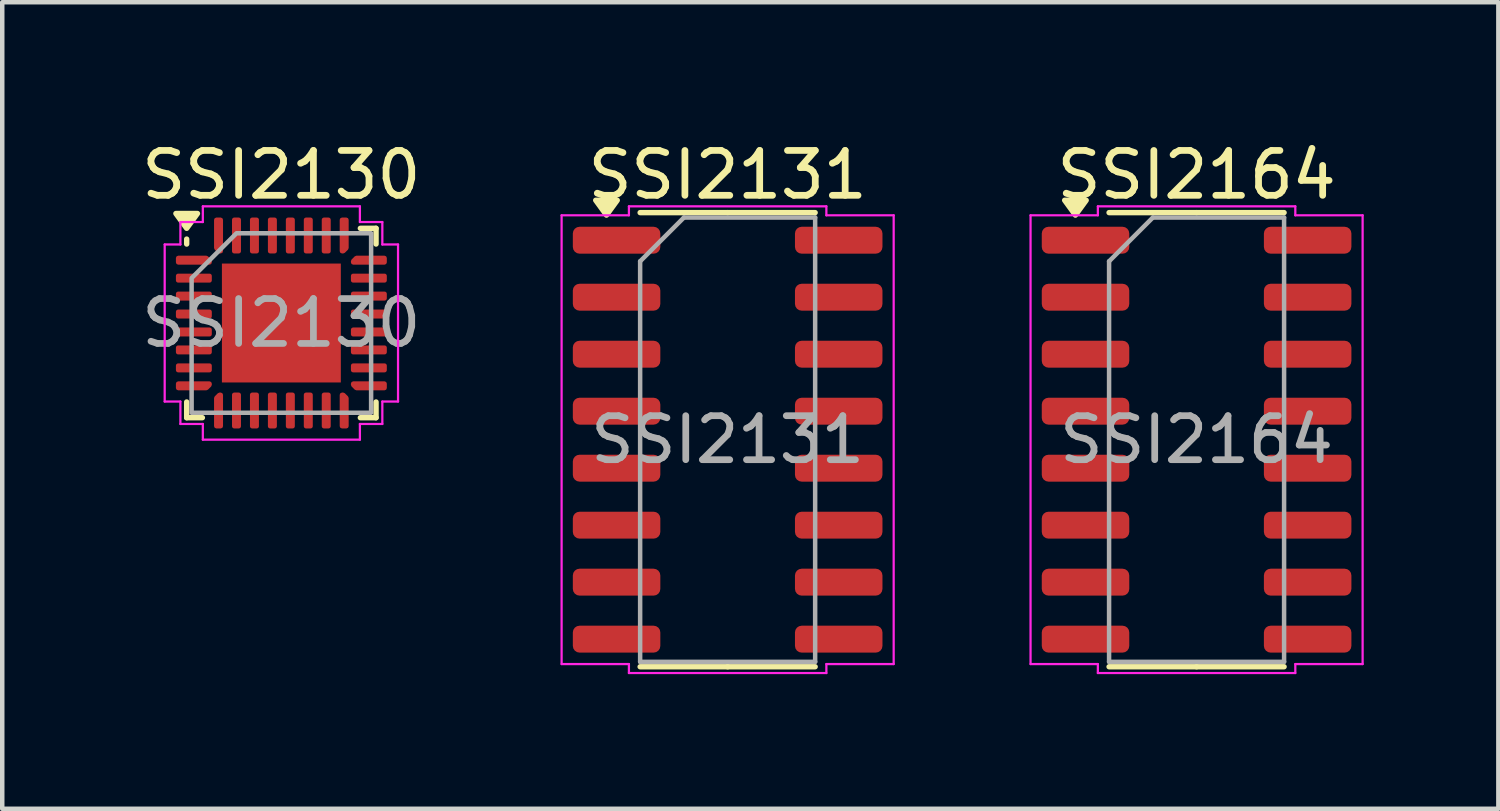
<source format=kicad_pcb>
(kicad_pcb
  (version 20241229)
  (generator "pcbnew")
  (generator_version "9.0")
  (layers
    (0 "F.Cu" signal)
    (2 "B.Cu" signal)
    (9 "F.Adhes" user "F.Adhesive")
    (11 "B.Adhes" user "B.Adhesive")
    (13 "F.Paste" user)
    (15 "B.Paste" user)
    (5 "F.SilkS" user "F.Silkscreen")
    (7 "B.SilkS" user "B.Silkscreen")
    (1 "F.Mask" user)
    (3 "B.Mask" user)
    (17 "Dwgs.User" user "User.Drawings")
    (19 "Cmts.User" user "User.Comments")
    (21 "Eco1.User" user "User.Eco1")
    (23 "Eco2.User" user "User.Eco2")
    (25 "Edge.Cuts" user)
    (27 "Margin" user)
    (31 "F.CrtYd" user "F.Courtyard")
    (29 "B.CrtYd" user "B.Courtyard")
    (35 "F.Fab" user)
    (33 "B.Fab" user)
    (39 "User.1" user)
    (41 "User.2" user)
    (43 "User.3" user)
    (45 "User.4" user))
  (footprint "SSI2164"
    (layer "F.Cu")
    (at 23.615 6.748)
    (property "Reference" "SSI2164" (at 0 -5.9 0) (layer "F.SilkS") (effects (font (size 1 1) (thickness 0.15))))
    (attr smd)
    (fp_line (start 0 -5.06) (end -1.95 -5.06) (stroke (width 0.12) (type solid)) (layer "F.SilkS"))
    (fp_line (start 0 -5.06) (end 1.95 -5.06) (stroke (width 0.12) (type solid)) (layer "F.SilkS"))
    (fp_line (start 0 5.06) (end -1.95 5.06) (stroke (width 0.12) (type solid)) (layer "F.SilkS"))
    (fp_line (start 0 5.06) (end 1.95 5.06) (stroke (width 0.12) (type solid)) (layer "F.SilkS"))
    (fp_poly (pts (xy -2.7 -5.005) (xy -2.94 -5.335) (xy -2.46 -5.335)) (stroke (width 0.12) (type solid)) (fill yes) (layer "F.SilkS"))
    (fp_line (start -3.7 -5) (end -2.2 -5) (stroke (width 0.05) (type solid)) (layer "F.CrtYd"))
    (fp_line (start -3.7 5) (end -3.7 -5) (stroke (width 0.05) (type solid)) (layer "F.CrtYd"))
    (fp_line (start -2.2 -5.2) (end 2.2 -5.2) (stroke (width 0.05) (type solid)) (layer "F.CrtYd"))
    (fp_line (start -2.2 -5) (end -2.2 -5.2) (stroke (width 0.05) (type solid)) (layer "F.CrtYd"))
    (fp_line (start -2.2 5) (end -3.7 5) (stroke (width 0.05) (type solid)) (layer "F.CrtYd"))
    (fp_line (start -2.2 5.2) (end -2.2 5) (stroke (width 0.05) (type solid)) (layer "F.CrtYd"))
    (fp_line (start 2.2 -5.2) (end 2.2 -5) (stroke (width 0.05) (type solid)) (layer "F.CrtYd"))
    (fp_line (start 2.2 -5) (end 3.7 -5) (stroke (width 0.05) (type solid)) (layer "F.CrtYd"))
    (fp_line (start 2.2 5) (end 2.2 5.2) (stroke (width 0.05) (type solid)) (layer "F.CrtYd"))
    (fp_line (start 2.2 5.2) (end -2.2 5.2) (stroke (width 0.05) (type solid)) (layer "F.CrtYd"))
    (fp_line (start 3.7 -5) (end 3.7 5) (stroke (width 0.05) (type solid)) (layer "F.CrtYd"))
    (fp_line (start 3.7 5) (end 2.2 5) (stroke (width 0.05) (type solid)) (layer "F.CrtYd"))
    (fp_line (start -1.95 -3.975) (end -0.975 -4.95) (stroke (width 0.1) (type solid)) (layer "F.Fab"))
    (fp_line (start -1.95 4.95) (end -1.95 -3.975) (stroke (width 0.1) (type solid)) (layer "F.Fab"))
    (fp_line (start -0.975 -4.95) (end 1.95 -4.95) (stroke (width 0.1) (type solid)) (layer "F.Fab"))
    (fp_line (start 1.95 -4.95) (end 1.95 4.95) (stroke (width 0.1) (type solid)) (layer "F.Fab"))
    (fp_line (start 1.95 4.95) (end -1.95 4.95) (stroke (width 0.1) (type solid)) (layer "F.Fab"))
    (fp_text user "${REFERENCE}" (at 0 0 0) (layer "F.Fab") (effects (font (size 0.98 0.98) (thickness 0.15))))
    (pad "1" smd roundrect (at -2.475 -4.445) (size 1.95 0.6) (layers "F.Cu" "F.Mask" "F.Paste") (roundrect_rratio 0.25))
    (pad "2" smd roundrect (at -2.475 -3.175) (size 1.95 0.6) (layers "F.Cu" "F.Mask" "F.Paste") (roundrect_rratio 0.25))
    (pad "3" smd roundrect (at -2.475 -1.905) (size 1.95 0.6) (layers "F.Cu" "F.Mask" "F.Paste") (roundrect_rratio 0.25))
    (pad "4" smd roundrect (at -2.475 -0.635) (size 1.95 0.6) (layers "F.Cu" "F.Mask" "F.Paste") (roundrect_rratio 0.25))
    (pad "5" smd roundrect (at -2.475 0.635) (size 1.95 0.6) (layers "F.Cu" "F.Mask" "F.Paste") (roundrect_rratio 0.25))
    (pad "6" smd roundrect (at -2.475 1.905) (size 1.95 0.6) (layers "F.Cu" "F.Mask" "F.Paste") (roundrect_rratio 0.25))
    (pad "7" smd roundrect (at -2.475 3.175) (size 1.95 0.6) (layers "F.Cu" "F.Mask" "F.Paste") (roundrect_rratio 0.25))
    (pad "8" smd roundrect (at -2.475 4.445) (size 1.95 0.6) (layers "F.Cu" "F.Mask" "F.Paste") (roundrect_rratio 0.25))
    (pad "9" smd roundrect (at 2.475 4.445) (size 1.95 0.6) (layers "F.Cu" "F.Mask" "F.Paste") (roundrect_rratio 0.25))
    (pad "10" smd roundrect (at 2.475 3.175) (size 1.95 0.6) (layers "F.Cu" "F.Mask" "F.Paste") (roundrect_rratio 0.25))
    (pad "11" smd roundrect (at 2.475 1.905) (size 1.95 0.6) (layers "F.Cu" "F.Mask" "F.Paste") (roundrect_rratio 0.25))
    (pad "12" smd roundrect (at 2.475 0.635) (size 1.95 0.6) (layers "F.Cu" "F.Mask" "F.Paste") (roundrect_rratio 0.25))
    (pad "13" smd roundrect (at 2.475 -0.635) (size 1.95 0.6) (layers "F.Cu" "F.Mask" "F.Paste") (roundrect_rratio 0.25))
    (pad "14" smd roundrect (at 2.475 -1.905) (size 1.95 0.6) (layers "F.Cu" "F.Mask" "F.Paste") (roundrect_rratio 0.25))
    (pad "15" smd roundrect (at 2.475 -3.175) (size 1.95 0.6) (layers "F.Cu" "F.Mask" "F.Paste") (roundrect_rratio 0.25))
    (pad "16" smd roundrect (at 2.475 -4.445) (size 1.95 0.6) (layers "F.Cu" "F.Mask" "F.Paste") (roundrect_rratio 0.25)))
  (footprint "SSI2131"
    (layer "F.Cu")
    (at 13.165 6.748)
    (property "Reference" "SSI2131" (at 0 -5.9 0) (layer "F.SilkS") (effects (font (size 1 1) (thickness 0.15))))
    (attr smd)
    (fp_line (start 0 -5.06) (end -1.95 -5.06) (stroke (width 0.12) (type solid)) (layer "F.SilkS"))
    (fp_line (start 0 -5.06) (end 1.95 -5.06) (stroke (width 0.12) (type solid)) (layer "F.SilkS"))
    (fp_line (start 0 5.06) (end -1.95 5.06) (stroke (width 0.12) (type solid)) (layer "F.SilkS"))
    (fp_line (start 0 5.06) (end 1.95 5.06) (stroke (width 0.12) (type solid)) (layer "F.SilkS"))
    (fp_poly (pts (xy -2.7 -5.005) (xy -2.94 -5.335) (xy -2.46 -5.335)) (stroke (width 0.12) (type solid)) (fill yes) (layer "F.SilkS"))
    (fp_line (start -3.7 -5) (end -2.2 -5) (stroke (width 0.05) (type solid)) (layer "F.CrtYd"))
    (fp_line (start -3.7 5) (end -3.7 -5) (stroke (width 0.05) (type solid)) (layer "F.CrtYd"))
    (fp_line (start -2.2 -5.2) (end 2.2 -5.2) (stroke (width 0.05) (type solid)) (layer "F.CrtYd"))
    (fp_line (start -2.2 -5) (end -2.2 -5.2) (stroke (width 0.05) (type solid)) (layer "F.CrtYd"))
    (fp_line (start -2.2 5) (end -3.7 5) (stroke (width 0.05) (type solid)) (layer "F.CrtYd"))
    (fp_line (start -2.2 5.2) (end -2.2 5) (stroke (width 0.05) (type solid)) (layer "F.CrtYd"))
    (fp_line (start 2.2 -5.2) (end 2.2 -5) (stroke (width 0.05) (type solid)) (layer "F.CrtYd"))
    (fp_line (start 2.2 -5) (end 3.7 -5) (stroke (width 0.05) (type solid)) (layer "F.CrtYd"))
    (fp_line (start 2.2 5) (end 2.2 5.2) (stroke (width 0.05) (type solid)) (layer "F.CrtYd"))
    (fp_line (start 2.2 5.2) (end -2.2 5.2) (stroke (width 0.05) (type solid)) (layer "F.CrtYd"))
    (fp_line (start 3.7 -5) (end 3.7 5) (stroke (width 0.05) (type solid)) (layer "F.CrtYd"))
    (fp_line (start 3.7 5) (end 2.2 5) (stroke (width 0.05) (type solid)) (layer "F.CrtYd"))
    (fp_line (start -1.95 -3.975) (end -0.975 -4.95) (stroke (width 0.1) (type solid)) (layer "F.Fab"))
    (fp_line (start -1.95 4.95) (end -1.95 -3.975) (stroke (width 0.1) (type solid)) (layer "F.Fab"))
    (fp_line (start -0.975 -4.95) (end 1.95 -4.95) (stroke (width 0.1) (type solid)) (layer "F.Fab"))
    (fp_line (start 1.95 -4.95) (end 1.95 4.95) (stroke (width 0.1) (type solid)) (layer "F.Fab"))
    (fp_line (start 1.95 4.95) (end -1.95 4.95) (stroke (width 0.1) (type solid)) (layer "F.Fab"))
    (fp_text user "${REFERENCE}" (at 0 0 0) (layer "F.Fab") (effects (font (size 0.98 0.98) (thickness 0.15))))
    (pad "1" smd roundrect (at -2.475 -4.445) (size 1.95 0.6) (layers "F.Cu" "F.Mask" "F.Paste") (roundrect_rratio 0.25))
    (pad "2" smd roundrect (at -2.475 -3.175) (size 1.95 0.6) (layers "F.Cu" "F.Mask" "F.Paste") (roundrect_rratio 0.25))
    (pad "3" smd roundrect (at -2.475 -1.905) (size 1.95 0.6) (layers "F.Cu" "F.Mask" "F.Paste") (roundrect_rratio 0.25))
    (pad "4" smd roundrect (at -2.475 -0.635) (size 1.95 0.6) (layers "F.Cu" "F.Mask" "F.Paste") (roundrect_rratio 0.25))
    (pad "5" smd roundrect (at -2.475 0.635) (size 1.95 0.6) (layers "F.Cu" "F.Mask" "F.Paste") (roundrect_rratio 0.25))
    (pad "6" smd roundrect (at -2.475 1.905) (size 1.95 0.6) (layers "F.Cu" "F.Mask" "F.Paste") (roundrect_rratio 0.25))
    (pad "7" smd roundrect (at -2.475 3.175) (size 1.95 0.6) (layers "F.Cu" "F.Mask" "F.Paste") (roundrect_rratio 0.25))
    (pad "8" smd roundrect (at -2.475 4.445) (size 1.95 0.6) (layers "F.Cu" "F.Mask" "F.Paste") (roundrect_rratio 0.25))
    (pad "9" smd roundrect (at 2.475 4.445) (size 1.95 0.6) (layers "F.Cu" "F.Mask" "F.Paste") (roundrect_rratio 0.25))
    (pad "10" smd roundrect (at 2.475 3.175) (size 1.95 0.6) (layers "F.Cu" "F.Mask" "F.Paste") (roundrect_rratio 0.25))
    (pad "11" smd roundrect (at 2.475 1.905) (size 1.95 0.6) (layers "F.Cu" "F.Mask" "F.Paste") (roundrect_rratio 0.25))
    (pad "12" smd roundrect (at 2.475 0.635) (size 1.95 0.6) (layers "F.Cu" "F.Mask" "F.Paste") (roundrect_rratio 0.25))
    (pad "13" smd roundrect (at 2.475 -0.635) (size 1.95 0.6) (layers "F.Cu" "F.Mask" "F.Paste") (roundrect_rratio 0.25))
    (pad "14" smd roundrect (at 2.475 -1.905) (size 1.95 0.6) (layers "F.Cu" "F.Mask" "F.Paste") (roundrect_rratio 0.25))
    (pad "15" smd roundrect (at 2.475 -3.175) (size 1.95 0.6) (layers "F.Cu" "F.Mask" "F.Paste") (roundrect_rratio 0.25))
    (pad "16" smd roundrect (at 2.475 -4.445) (size 1.95 0.6) (layers "F.Cu" "F.Mask" "F.Paste") (roundrect_rratio 0.25)))
  (footprint "SSI2130"
    (layer "F.Cu")
    (at 3.22 4.148)
    (property "Reference" "SSI2130" (at 0 -3.3 0) (layer "F.SilkS") (effects (font (size 1 1) (thickness 0.15))))
    (attr smd)
    (fp_line (start -2.11 -1.76) (end -2.11 -1.87) (stroke (width 0.12) (type solid)) (layer "F.SilkS"))
    (fp_line (start -2.11 2.11) (end -2.11 1.76) (stroke (width 0.12) (type solid)) (layer "F.SilkS"))
    (fp_line (start -1.76 2.11) (end -2.11 2.11) (stroke (width 0.12) (type solid)) (layer "F.SilkS"))
    (fp_line (start 1.76 -2.11) (end 2.11 -2.11) (stroke (width 0.12) (type solid)) (layer "F.SilkS"))
    (fp_line (start 1.76 2.11) (end 2.11 2.11) (stroke (width 0.12) (type solid)) (layer "F.SilkS"))
    (fp_line (start 2.11 -2.11) (end 2.11 -1.76) (stroke (width 0.12) (type solid)) (layer "F.SilkS"))
    (fp_line (start 2.11 2.11) (end 2.11 1.76) (stroke (width 0.12) (type solid)) (layer "F.SilkS"))
    (fp_poly (pts (xy -2.11 -2.11) (xy -2.35 -2.44) (xy -1.87 -2.44)) (stroke (width 0.12) (type solid)) (fill yes) (layer "F.SilkS"))
    (fp_line (start -2.6 -1.75) (end -2.25 -1.75) (stroke (width 0.05) (type solid)) (layer "F.CrtYd"))
    (fp_line (start -2.6 1.75) (end -2.6 -1.75) (stroke (width 0.05) (type solid)) (layer "F.CrtYd"))
    (fp_line (start -2.25 -2.25) (end -1.75 -2.25) (stroke (width 0.05) (type solid)) (layer "F.CrtYd"))
    (fp_line (start -2.25 -1.75) (end -2.25 -2.25) (stroke (width 0.05) (type solid)) (layer "F.CrtYd"))
    (fp_line (start -2.25 1.75) (end -2.6 1.75) (stroke (width 0.05) (type solid)) (layer "F.CrtYd"))
    (fp_line (start -2.25 2.25) (end -2.25 1.75) (stroke (width 0.05) (type solid)) (layer "F.CrtYd"))
    (fp_line (start -1.75 -2.6) (end 1.75 -2.6) (stroke (width 0.05) (type solid)) (layer "F.CrtYd"))
    (fp_line (start -1.75 -2.25) (end -1.75 -2.6) (stroke (width 0.05) (type solid)) (layer "F.CrtYd"))
    (fp_line (start -1.75 2.25) (end -2.25 2.25) (stroke (width 0.05) (type solid)) (layer "F.CrtYd"))
    (fp_line (start -1.75 2.6) (end -1.75 2.25) (stroke (width 0.05) (type solid)) (layer "F.CrtYd"))
    (fp_line (start 1.75 -2.6) (end 1.75 -2.25) (stroke (width 0.05) (type solid)) (layer "F.CrtYd"))
    (fp_line (start 1.75 -2.25) (end 2.25 -2.25) (stroke (width 0.05) (type solid)) (layer "F.CrtYd"))
    (fp_line (start 1.75 2.25) (end 1.75 2.6) (stroke (width 0.05) (type solid)) (layer "F.CrtYd"))
    (fp_line (start 1.75 2.6) (end -1.75 2.6) (stroke (width 0.05) (type solid)) (layer "F.CrtYd"))
    (fp_line (start 2.25 -2.25) (end 2.25 -1.75) (stroke (width 0.05) (type solid)) (layer "F.CrtYd"))
    (fp_line (start 2.25 -1.75) (end 2.6 -1.75) (stroke (width 0.05) (type solid)) (layer "F.CrtYd"))
    (fp_line (start 2.25 1.75) (end 2.25 2.25) (stroke (width 0.05) (type solid)) (layer "F.CrtYd"))
    (fp_line (start 2.25 2.25) (end 1.75 2.25) (stroke (width 0.05) (type solid)) (layer "F.CrtYd"))
    (fp_line (start 2.6 -1.75) (end 2.6 1.75) (stroke (width 0.05) (type solid)) (layer "F.CrtYd"))
    (fp_line (start 2.6 1.75) (end 2.25 1.75) (stroke (width 0.05) (type solid)) (layer "F.CrtYd"))
    (fp_poly (pts (xy -2 -1) (xy -2 2) (xy 2 2) (xy 2 -2) (xy -1 -2)) (stroke (width 0.1) (type solid)) (fill no) (layer "F.Fab"))
    (fp_text user "${REFERENCE}" (at 0 0 0) (layer "F.Fab") (effects (font (size 1 1) (thickness 0.15))))
    (pad "" smd roundrect (at -0.66 -0.66) (size 1.07 1.07) (layers "F.Paste") (roundrect_rratio 0.234))
    (pad "" smd roundrect (at -0.66 0.66) (size 1.07 1.07) (layers "F.Paste") (roundrect_rratio 0.234))
    (pad "" smd roundrect (at 0.66 -0.66) (size 1.07 1.07) (layers "F.Paste") (roundrect_rratio 0.234))
    (pad "" smd roundrect (at 0.66 0.66) (size 1.07 1.07) (layers "F.Paste") (roundrect_rratio 0.234))
    (pad "1" smd custom (at -1.95 -1.4) (size 0.129 0.129) (layers "F.Cu" "F.Mask" "F.Paste") (options (anchor circle)) (primitives (gr_poly (pts (xy -0.35 -0.05) (xy 0.279 -0.05) (xy 0.35 0.021) (xy 0.35 0.05) (xy -0.35 0.05)) (width 0.1) (fill yes))))
    (pad "2" smd roundrect (at -1.95 -1) (size 0.8 0.2) (layers "F.Cu" "F.Mask" "F.Paste") (roundrect_rratio 0.25))
    (pad "3" smd roundrect (at -1.95 -0.6) (size 0.8 0.2) (layers "F.Cu" "F.Mask" "F.Paste") (roundrect_rratio 0.25))
    (pad "4" smd roundrect (at -1.95 -0.2) (size 0.8 0.2) (layers "F.Cu" "F.Mask" "F.Paste") (roundrect_rratio 0.25))
    (pad "5" smd roundrect (at -1.95 0.2) (size 0.8 0.2) (layers "F.Cu" "F.Mask" "F.Paste") (roundrect_rratio 0.25))
    (pad "6" smd roundrect (at -1.95 0.6) (size 0.8 0.2) (layers "F.Cu" "F.Mask" "F.Paste") (roundrect_rratio 0.25))
    (pad "7" smd roundrect (at -1.95 1) (size 0.8 0.2) (layers "F.Cu" "F.Mask" "F.Paste") (roundrect_rratio 0.25))
    (pad "8" smd custom (at -1.95 1.4) (size 0.129 0.129) (layers "F.Cu" "F.Mask" "F.Paste") (options (anchor circle)) (primitives (gr_poly (pts (xy -0.35 -0.05) (xy 0.35 -0.05) (xy 0.35 -0.021) (xy 0.279 0.05) (xy -0.35 0.05)) (width 0.1) (fill yes))))
    (pad "9" smd custom (at -1.4 1.95) (size 0.129 0.129) (layers "F.Cu" "F.Mask" "F.Paste") (options (anchor circle)) (primitives (gr_poly (pts (xy -0.05 -0.279) (xy 0.021 -0.35) (xy 0.05 -0.35) (xy 0.05 0.35) (xy -0.05 0.35)) (width 0.1) (fill yes))))
    (pad "10" smd roundrect (at -1 1.95) (size 0.2 0.8) (layers "F.Cu" "F.Mask" "F.Paste") (roundrect_rratio 0.25))
    (pad "11" smd roundrect (at -0.6 1.95) (size 0.2 0.8) (layers "F.Cu" "F.Mask" "F.Paste") (roundrect_rratio 0.25))
    (pad "12" smd roundrect (at -0.2 1.95) (size 0.2 0.8) (layers "F.Cu" "F.Mask" "F.Paste") (roundrect_rratio 0.25))
    (pad "13" smd roundrect (at 0.2 1.95) (size 0.2 0.8) (layers "F.Cu" "F.Mask" "F.Paste") (roundrect_rratio 0.25))
    (pad "14" smd roundrect (at 0.6 1.95) (size 0.2 0.8) (layers "F.Cu" "F.Mask" "F.Paste") (roundrect_rratio 0.25))
    (pad "15" smd roundrect (at 1 1.95) (size 0.2 0.8) (layers "F.Cu" "F.Mask" "F.Paste") (roundrect_rratio 0.25))
    (pad "16" smd custom (at 1.4 1.95) (size 0.129 0.129) (layers "F.Cu" "F.Mask" "F.Paste") (options (anchor circle)) (primitives (gr_poly (pts (xy -0.05 -0.35) (xy -0.021 -0.35) (xy 0.05 -0.279) (xy 0.05 0.35) (xy -0.05 0.35)) (width 0.1) (fill yes))))
    (pad "17" smd custom (at 1.95 1.4) (size 0.129 0.129) (layers "F.Cu" "F.Mask" "F.Paste") (options (anchor circle)) (primitives (gr_poly (pts (xy -0.35 -0.05) (xy 0.35 -0.05) (xy 0.35 0.05) (xy -0.279 0.05) (xy -0.35 -0.021)) (width 0.1) (fill yes))))
    (pad "18" smd roundrect (at 1.95 1) (size 0.8 0.2) (layers "F.Cu" "F.Mask" "F.Paste") (roundrect_rratio 0.25))
    (pad "19" smd roundrect (at 1.95 0.6) (size 0.8 0.2) (layers "F.Cu" "F.Mask" "F.Paste") (roundrect_rratio 0.25))
    (pad "20" smd roundrect (at 1.95 0.2) (size 0.8 0.2) (layers "F.Cu" "F.Mask" "F.Paste") (roundrect_rratio 0.25))
    (pad "21" smd roundrect (at 1.95 -0.2) (size 0.8 0.2) (layers "F.Cu" "F.Mask" "F.Paste") (roundrect_rratio 0.25))
    (pad "22" smd roundrect (at 1.95 -0.6) (size 0.8 0.2) (layers "F.Cu" "F.Mask" "F.Paste") (roundrect_rratio 0.25))
    (pad "23" smd roundrect (at 1.95 -1) (size 0.8 0.2) (layers "F.Cu" "F.Mask" "F.Paste") (roundrect_rratio 0.25))
    (pad "24" smd custom (at 1.95 -1.4) (size 0.129 0.129) (layers "F.Cu" "F.Mask" "F.Paste") (options (anchor circle)) (primitives (gr_poly (pts (xy -0.35 0.021) (xy -0.279 -0.05) (xy 0.35 -0.05) (xy 0.35 0.05) (xy -0.35 0.05)) (width 0.1) (fill yes))))
    (pad "25" smd custom (at 1.4 -1.95) (size 0.129 0.129) (layers "F.Cu" "F.Mask" "F.Paste") (options (anchor circle)) (primitives (gr_poly (pts (xy -0.05 -0.35) (xy 0.05 -0.35) (xy 0.05 0.279) (xy -0.021 0.35) (xy -0.05 0.35)) (width 0.1) (fill yes))))
    (pad "26" smd roundrect (at 1 -1.95) (size 0.2 0.8) (layers "F.Cu" "F.Mask" "F.Paste") (roundrect_rratio 0.25))
    (pad "27" smd roundrect (at 0.6 -1.95) (size 0.2 0.8) (layers "F.Cu" "F.Mask" "F.Paste") (roundrect_rratio 0.25))
    (pad "28" smd roundrect (at 0.2 -1.95) (size 0.2 0.8) (layers "F.Cu" "F.Mask" "F.Paste") (roundrect_rratio 0.25))
    (pad "29" smd roundrect (at -0.2 -1.95) (size 0.2 0.8) (layers "F.Cu" "F.Mask" "F.Paste") (roundrect_rratio 0.25))
    (pad "30" smd roundrect (at -0.6 -1.95) (size 0.2 0.8) (layers "F.Cu" "F.Mask" "F.Paste") (roundrect_rratio 0.25))
    (pad "31" smd roundrect (at -1 -1.95) (size 0.2 0.8) (layers "F.Cu" "F.Mask" "F.Paste") (roundrect_rratio 0.25))
    (pad "32" smd custom (at -1.4 -1.95) (size 0.129 0.129) (layers "F.Cu" "F.Mask" "F.Paste") (options (anchor circle)) (primitives (gr_poly (pts (xy -0.05 -0.35) (xy 0.05 -0.35) (xy 0.05 0.35) (xy 0.021 0.35) (xy -0.05 0.279)) (width 0.1) (fill yes))))
    (pad "33" smd rect (at 0 0) (size 2.65 2.65) (property pad_prop_heatsink) (layers "F.Cu" "F.Mask")))
  (gr_rect
    (start -3 -3)
    (end 30.34 14.973)
    (stroke (width 0.1) (type default))
    (fill no)
    (layer "Edge.Cuts")))
</source>
